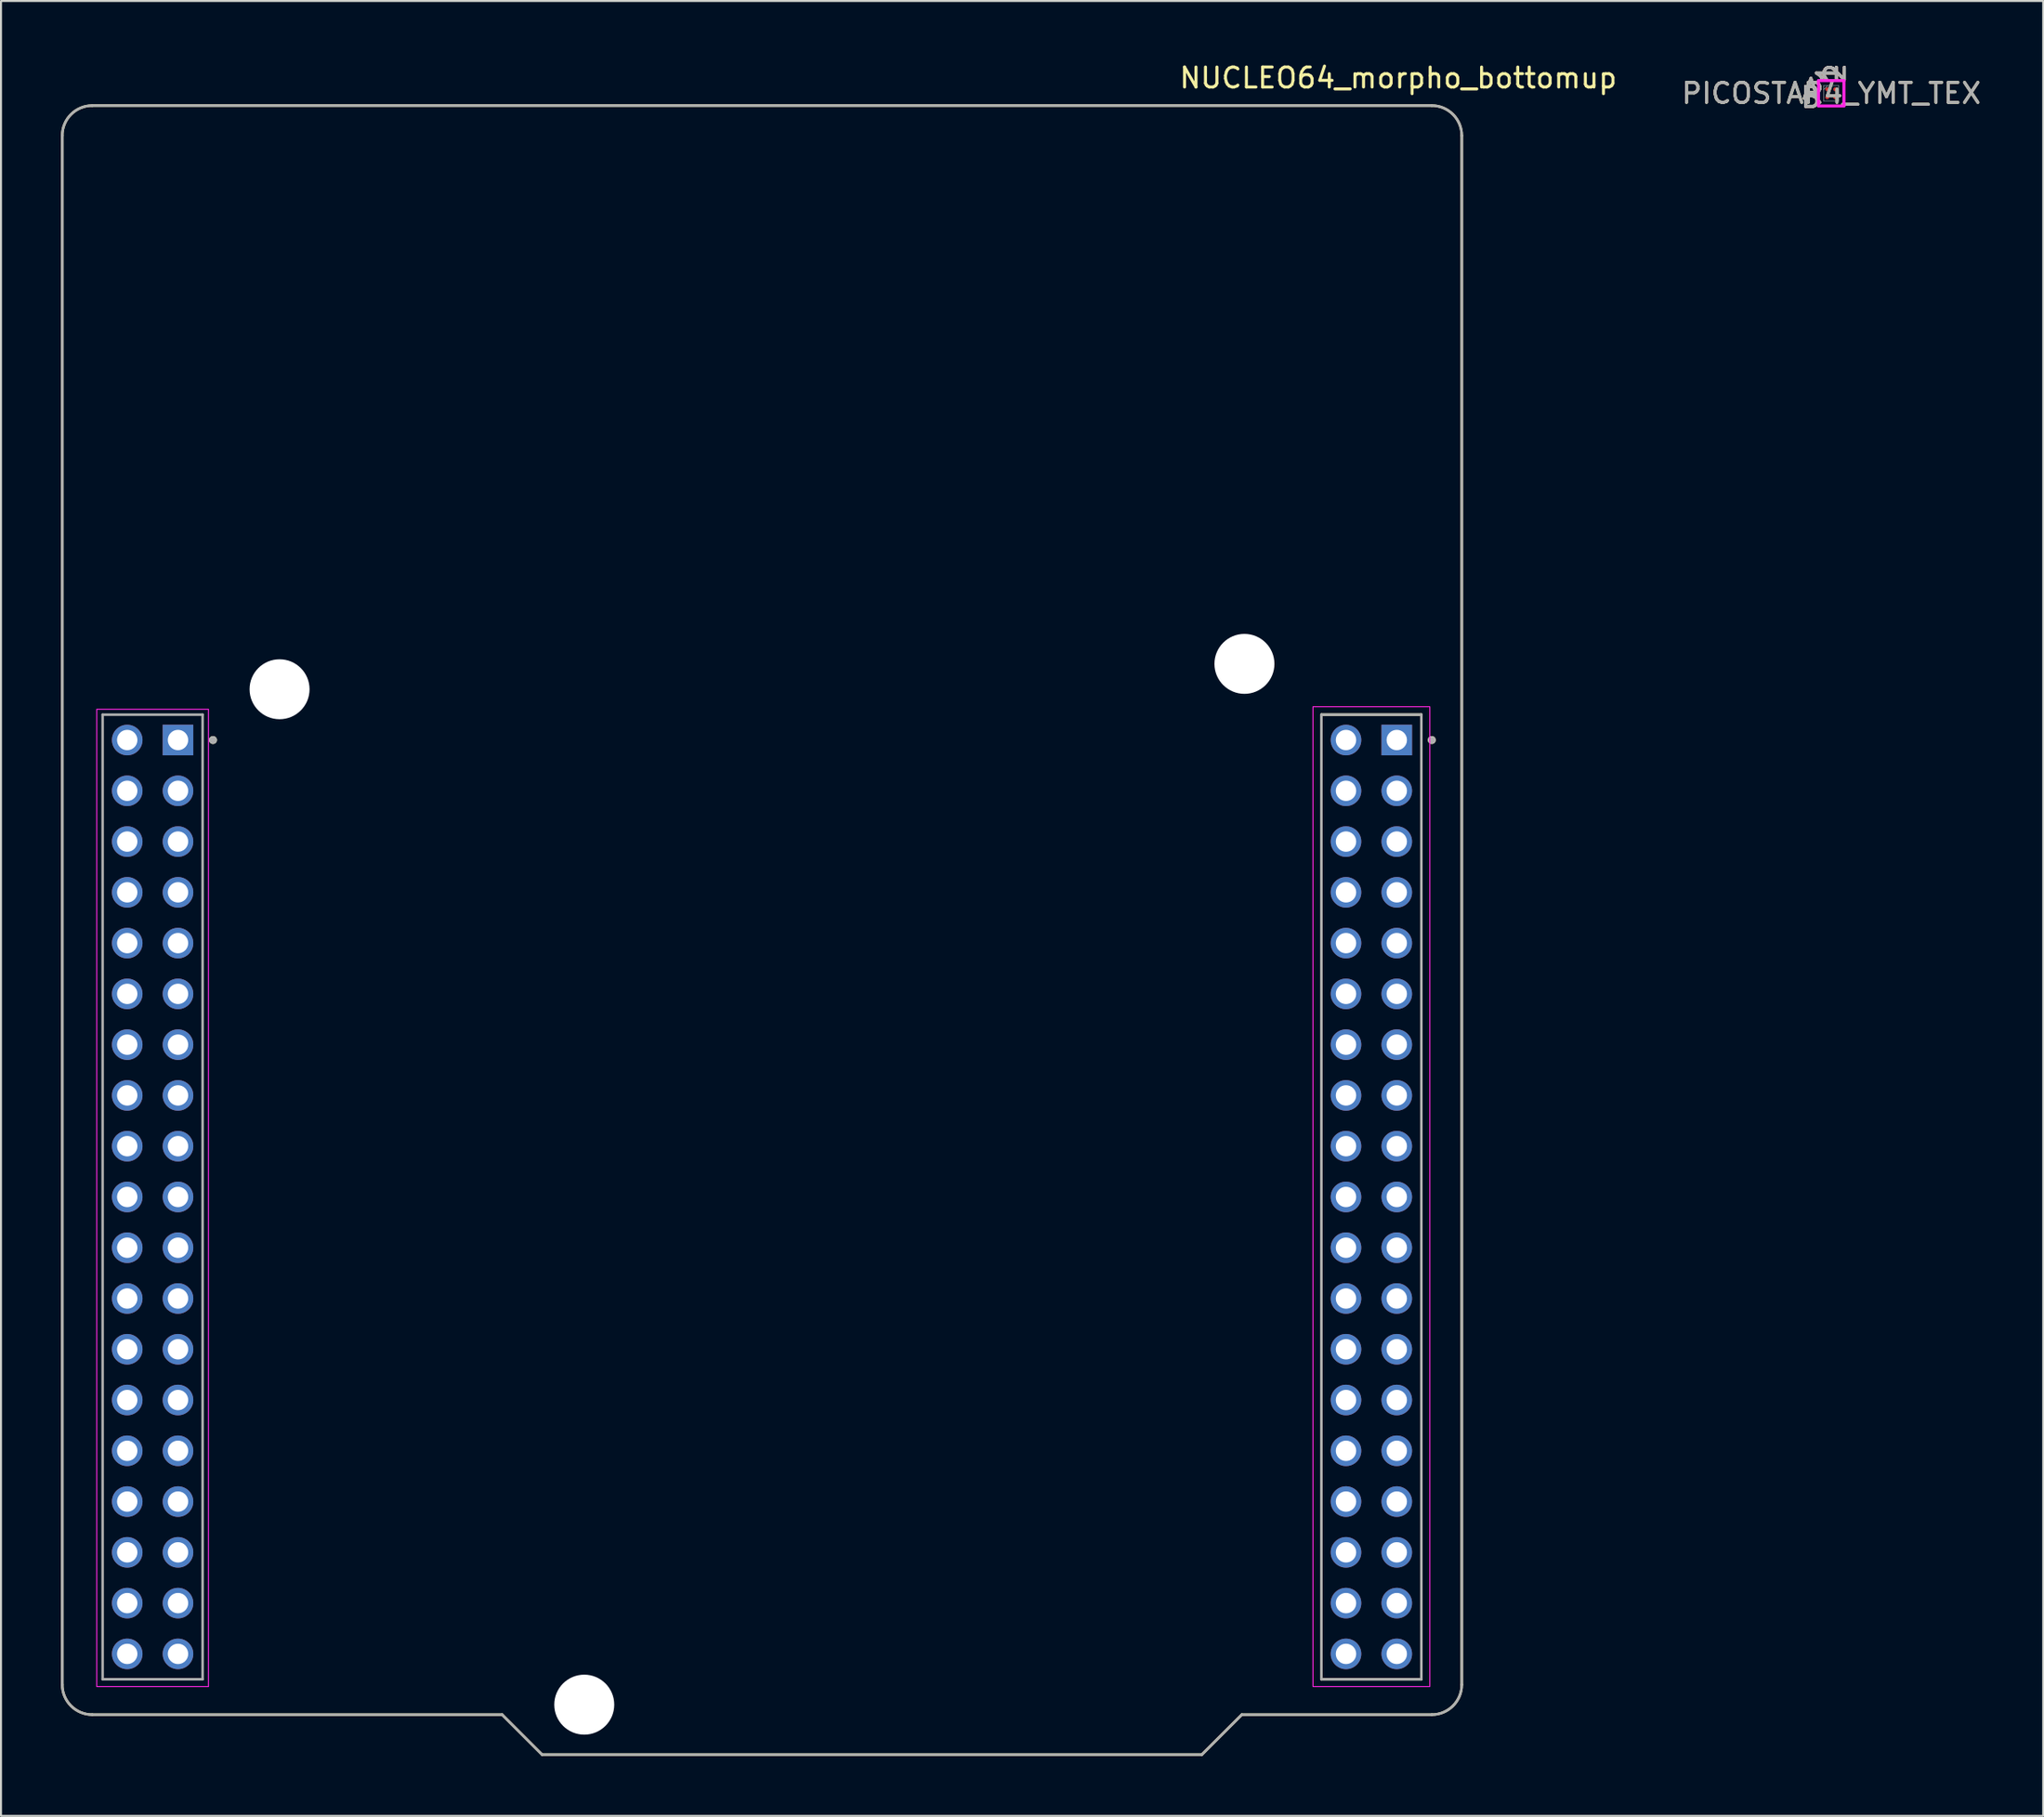
<source format=kicad_pcb>
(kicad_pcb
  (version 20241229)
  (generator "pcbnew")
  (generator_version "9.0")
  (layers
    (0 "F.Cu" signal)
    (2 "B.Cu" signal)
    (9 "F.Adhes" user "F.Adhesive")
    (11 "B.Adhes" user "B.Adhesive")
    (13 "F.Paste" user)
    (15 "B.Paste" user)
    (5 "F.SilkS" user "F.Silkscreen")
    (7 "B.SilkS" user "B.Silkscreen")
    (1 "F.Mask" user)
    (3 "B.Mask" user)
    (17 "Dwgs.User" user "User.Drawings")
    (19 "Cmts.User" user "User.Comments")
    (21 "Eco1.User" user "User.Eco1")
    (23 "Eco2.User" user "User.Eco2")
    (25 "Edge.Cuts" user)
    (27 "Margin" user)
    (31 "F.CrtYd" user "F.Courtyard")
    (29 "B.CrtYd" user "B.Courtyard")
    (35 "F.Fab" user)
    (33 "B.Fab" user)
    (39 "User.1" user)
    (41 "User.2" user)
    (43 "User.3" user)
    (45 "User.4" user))
  (footprint "NUCLEO64_morpho_bottomup"
    (layer "F.Cu")
    (at 35.825 43.483)
    (property "Reference" "NUCLEO64_morpho_bottomup" (at 31.063 -42.635 0) (layer "F.SilkS") (effects (font (size 1 1) (thickness 0.15))))
    (attr through_hole)
    (fp_line (start -35.762 -39.75) (end -35.762 37.75) (stroke (width 0.127) (type solid)) (layer "F.SilkS"))
    (fp_line (start -34.262 39.25) (end -13.762 39.25) (stroke (width 0.127) (type solid)) (layer "F.SilkS"))
    (fp_line (start -13.762 39.25) (end -11.762 41.25) (stroke (width 0.127) (type solid)) (layer "F.SilkS"))
    (fp_line (start -11.762 41.25) (end 21.238 41.25) (stroke (width 0.127) (type solid)) (layer "F.SilkS"))
    (fp_line (start 21.238 41.25) (end 23.238 39.25) (stroke (width 0.127) (type solid)) (layer "F.SilkS"))
    (fp_line (start 23.238 39.25) (end 32.738 39.25) (stroke (width 0.127) (type solid)) (layer "F.SilkS"))
    (fp_line (start 27.218 -10.78) (end 32.218 -10.78) (stroke (width 0.127) (type solid)) (layer "F.SilkS"))
    (fp_line (start 27.218 37.48) (end 27.218 -10.78) (stroke (width 0.127) (type solid)) (layer "F.SilkS"))
    (fp_line (start 32.218 -10.78) (end 32.218 37.48) (stroke (width 0.127) (type solid)) (layer "F.SilkS"))
    (fp_line (start 32.218 37.48) (end 27.218 37.48) (stroke (width 0.127) (type solid)) (layer "F.SilkS"))
    (fp_line (start 32.738 -41.25) (end -34.262 -41.25) (stroke (width 0.127) (type solid)) (layer "F.SilkS"))
    (fp_line (start 34.238 37.75) (end 34.238 -39.75) (stroke (width 0.127) (type solid)) (layer "F.SilkS"))
    (fp_arc (start -35.762 -39.75) (mid -35.32266 -40.81066) (end -34.262 -41.25) (stroke (width 0.127) (type solid)) (layer "F.SilkS"))
    (fp_arc (start -34.262 39.25) (mid -35.32266 38.81066) (end -35.762 37.75) (stroke (width 0.127) (type solid)) (layer "F.SilkS"))
    (fp_arc (start 32.738 -41.25) (mid 33.79866 -40.81066) (end 34.238 -39.75) (stroke (width 0.127) (type solid)) (layer "F.SilkS"))
    (fp_arc (start 34.238 37.75) (mid 33.79866 38.81066) (end 32.738 39.25) (stroke (width 0.127) (type solid)) (layer "F.SilkS"))
    (fp_circle (center -28.222 -9.51) (end -28.322 -9.51) (stroke (width 0.2) (type solid)) (fill no) (layer "F.SilkS"))
    (fp_circle (center 32.738 -9.51) (end 32.638 -9.51) (stroke (width 0.2) (type solid)) (fill no) (layer "F.SilkS"))
    (fp_rect (start -28.448 -11.049) (end -34.036 37.846) (stroke (width 0.05) (type default)) (fill no) (layer "F.CrtYd"))
    (fp_rect (start 32.639 -11.176) (end 26.797 37.846) (stroke (width 0.05) (type default)) (fill no) (layer "F.CrtYd"))
    (fp_line (start -35.762 -39.75) (end -35.762 37.75) (stroke (width 0.127) (type solid)) (layer "F.Fab"))
    (fp_line (start -34.262 39.25) (end -13.762 39.25) (stroke (width 0.127) (type solid)) (layer "F.Fab"))
    (fp_line (start -33.742 -10.78) (end -28.742 -10.78) (stroke (width 0.127) (type solid)) (layer "F.Fab"))
    (fp_line (start -33.742 37.48) (end -33.742 -10.78) (stroke (width 0.127) (type solid)) (layer "F.Fab"))
    (fp_line (start -28.742 -10.78) (end -28.742 37.48) (stroke (width 0.127) (type solid)) (layer "F.Fab"))
    (fp_line (start -28.742 37.48) (end -33.742 37.48) (stroke (width 0.127) (type solid)) (layer "F.Fab"))
    (fp_line (start -13.762 39.25) (end -11.762 41.25) (stroke (width 0.127) (type solid)) (layer "F.Fab"))
    (fp_line (start -11.762 41.25) (end 21.238 41.25) (stroke (width 0.127) (type solid)) (layer "F.Fab"))
    (fp_line (start 21.238 41.25) (end 23.238 39.25) (stroke (width 0.127) (type solid)) (layer "F.Fab"))
    (fp_line (start 23.238 39.25) (end 32.738 39.25) (stroke (width 0.127) (type solid)) (layer "F.Fab"))
    (fp_line (start 27.218 -10.78) (end 32.218 -10.78) (stroke (width 0.127) (type solid)) (layer "F.Fab"))
    (fp_line (start 27.218 37.48) (end 27.218 -10.78) (stroke (width 0.127) (type solid)) (layer "F.Fab"))
    (fp_line (start 32.218 -10.78) (end 32.218 37.48) (stroke (width 0.127) (type solid)) (layer "F.Fab"))
    (fp_line (start 32.218 37.48) (end 27.218 37.48) (stroke (width 0.127) (type solid)) (layer "F.Fab"))
    (fp_line (start 32.738 -41.25) (end -34.262 -41.25) (stroke (width 0.127) (type solid)) (layer "F.Fab"))
    (fp_line (start 34.238 37.75) (end 34.238 -39.75) (stroke (width 0.127) (type solid)) (layer "F.Fab"))
    (fp_arc (start -35.762 -39.75) (mid -35.32266 -40.81066) (end -34.262 -41.25) (stroke (width 0.127) (type solid)) (layer "F.Fab"))
    (fp_arc (start -34.262 39.25) (mid -35.32266 38.81066) (end -35.762 37.75) (stroke (width 0.127) (type solid)) (layer "F.Fab"))
    (fp_arc (start 32.738 -41.25) (mid 33.79866 -40.81066) (end 34.238 -39.75) (stroke (width 0.127) (type solid)) (layer "F.Fab"))
    (fp_arc (start 34.238 37.75) (mid 33.79866 38.81066) (end 32.738 39.25) (stroke (width 0.127) (type solid)) (layer "F.Fab"))
    (fp_circle (center -28.222 -9.51) (end -28.322 -9.51) (stroke (width 0.2) (type solid)) (fill no) (layer "F.Fab"))
    (fp_circle (center 32.738 -9.51) (end 32.638 -9.51) (stroke (width 0.2) (type solid)) (fill no) (layer "F.Fab"))
    (pad "" np_thru_hole circle (at -24.892 -12.05) (size 3 3) (drill 3) (layers "*.Cu" "*.Mask"))
    (pad "" np_thru_hole circle (at -9.652 38.75) (size 3 3) (drill 3) (layers "*.Cu" "*.Mask"))
    (pad "" np_thru_hole circle (at 23.368 -13.32) (size 3 3) (drill 3) (layers "*.Cu" "*.Mask"))
    (pad "CN7_1" thru_hole rect (at 30.988 -9.51) (size 1.53 1.53) (drill 1.02) (layers "*.Cu" "*.Mask"))
    (pad "CN7_2" thru_hole circle (at 28.448 -9.51) (size 1.53 1.53) (drill 1.02) (layers "*.Cu" "*.Mask"))
    (pad "CN7_3" thru_hole circle (at 30.988 -6.97) (size 1.53 1.53) (drill 1.02) (layers "*.Cu" "*.Mask"))
    (pad "CN7_4" thru_hole circle (at 28.448 -6.97) (size 1.53 1.53) (drill 1.02) (layers "*.Cu" "*.Mask"))
    (pad "CN7_5" thru_hole circle (at 30.988 -4.43) (size 1.53 1.53) (drill 1.02) (layers "*.Cu" "*.Mask"))
    (pad "CN7_6" thru_hole circle (at 28.448 -4.43) (size 1.53 1.53) (drill 1.02) (layers "*.Cu" "*.Mask"))
    (pad "CN7_7" thru_hole circle (at 30.988 -1.89) (size 1.53 1.53) (drill 1.02) (layers "*.Cu" "*.Mask"))
    (pad "CN7_8" thru_hole circle (at 28.448 -1.89) (size 1.53 1.53) (drill 1.02) (layers "*.Cu" "*.Mask"))
    (pad "CN7_9" thru_hole circle (at 30.988 0.65) (size 1.53 1.53) (drill 1.02) (layers "*.Cu" "*.Mask"))
    (pad "CN7_10" thru_hole circle (at 28.448 0.65) (size 1.53 1.53) (drill 1.02) (layers "*.Cu" "*.Mask"))
    (pad "CN7_11" thru_hole circle (at 30.988 3.19) (size 1.53 1.53) (drill 1.02) (layers "*.Cu" "*.Mask"))
    (pad "CN7_12" thru_hole circle (at 28.448 3.19) (size 1.53 1.53) (drill 1.02) (layers "*.Cu" "*.Mask"))
    (pad "CN7_13" thru_hole circle (at 30.988 5.73) (size 1.53 1.53) (drill 1.02) (layers "*.Cu" "*.Mask"))
    (pad "CN7_14" thru_hole circle (at 28.448 5.73) (size 1.53 1.53) (drill 1.02) (layers "*.Cu" "*.Mask"))
    (pad "CN7_15" thru_hole circle (at 30.988 8.27) (size 1.53 1.53) (drill 1.02) (layers "*.Cu" "*.Mask"))
    (pad "CN7_16" thru_hole circle (at 28.448 8.27) (size 1.53 1.53) (drill 1.02) (layers "*.Cu" "*.Mask"))
    (pad "CN7_17" thru_hole circle (at 30.988 10.81) (size 1.53 1.53) (drill 1.02) (layers "*.Cu" "*.Mask"))
    (pad "CN7_18" thru_hole circle (at 28.448 10.81) (size 1.53 1.53) (drill 1.02) (layers "*.Cu" "*.Mask"))
    (pad "CN7_19" thru_hole circle (at 30.988 13.35) (size 1.53 1.53) (drill 1.02) (layers "*.Cu" "*.Mask"))
    (pad "CN7_20" thru_hole circle (at 28.448 13.35) (size 1.53 1.53) (drill 1.02) (layers "*.Cu" "*.Mask"))
    (pad "CN7_21" thru_hole circle (at 30.988 15.89) (size 1.53 1.53) (drill 1.02) (layers "*.Cu" "*.Mask"))
    (pad "CN7_22" thru_hole circle (at 28.448 15.89) (size 1.53 1.53) (drill 1.02) (layers "*.Cu" "*.Mask"))
    (pad "CN7_23" thru_hole circle (at 30.988 18.43) (size 1.53 1.53) (drill 1.02) (layers "*.Cu" "*.Mask"))
    (pad "CN7_24" thru_hole circle (at 28.448 18.43) (size 1.53 1.53) (drill 1.02) (layers "*.Cu" "*.Mask"))
    (pad "CN7_25" thru_hole circle (at 30.988 20.97) (size 1.53 1.53) (drill 1.02) (layers "*.Cu" "*.Mask"))
    (pad "CN7_26" thru_hole circle (at 28.448 20.97) (size 1.53 1.53) (drill 1.02) (layers "*.Cu" "*.Mask"))
    (pad "CN7_27" thru_hole circle (at 30.988 23.51) (size 1.53 1.53) (drill 1.02) (layers "*.Cu" "*.Mask"))
    (pad "CN7_28" thru_hole circle (at 28.448 23.51) (size 1.53 1.53) (drill 1.02) (layers "*.Cu" "*.Mask"))
    (pad "CN7_29" thru_hole circle (at 30.988 26.05) (size 1.53 1.53) (drill 1.02) (layers "*.Cu" "*.Mask"))
    (pad "CN7_30" thru_hole circle (at 28.448 26.05) (size 1.53 1.53) (drill 1.02) (layers "*.Cu" "*.Mask"))
    (pad "CN7_31" thru_hole circle (at 30.988 28.59) (size 1.53 1.53) (drill 1.02) (layers "*.Cu" "*.Mask"))
    (pad "CN7_32" thru_hole circle (at 28.448 28.59) (size 1.53 1.53) (drill 1.02) (layers "*.Cu" "*.Mask"))
    (pad "CN7_33" thru_hole circle (at 30.988 31.13) (size 1.53 1.53) (drill 1.02) (layers "*.Cu" "*.Mask"))
    (pad "CN7_34" thru_hole circle (at 28.448 31.13) (size 1.53 1.53) (drill 1.02) (layers "*.Cu" "*.Mask"))
    (pad "CN7_35" thru_hole circle (at 30.988 33.67) (size 1.53 1.53) (drill 1.02) (layers "*.Cu" "*.Mask"))
    (pad "CN7_36" thru_hole circle (at 28.448 33.67) (size 1.53 1.53) (drill 1.02) (layers "*.Cu" "*.Mask"))
    (pad "CN7_37" thru_hole circle (at 30.988 36.21) (size 1.53 1.53) (drill 1.02) (layers "*.Cu" "*.Mask"))
    (pad "CN7_38" thru_hole circle (at 28.448 36.21) (size 1.53 1.53) (drill 1.02) (layers "*.Cu" "*.Mask"))
    (pad "CN10_1" thru_hole rect (at -29.972 -9.51) (size 1.53 1.53) (drill 1.02) (layers "*.Cu" "*.Mask"))
    (pad "CN10_2" thru_hole circle (at -32.512 -9.51) (size 1.53 1.53) (drill 1.02) (layers "*.Cu" "*.Mask"))
    (pad "CN10_3" thru_hole circle (at -29.972 -6.97) (size 1.53 1.53) (drill 1.02) (layers "*.Cu" "*.Mask"))
    (pad "CN10_4" thru_hole circle (at -32.512 -6.97) (size 1.53 1.53) (drill 1.02) (layers "*.Cu" "*.Mask"))
    (pad "CN10_5" thru_hole circle (at -29.972 -4.43) (size 1.53 1.53) (drill 1.02) (layers "*.Cu" "*.Mask"))
    (pad "CN10_6" thru_hole circle (at -32.512 -4.43) (size 1.53 1.53) (drill 1.02) (layers "*.Cu" "*.Mask"))
    (pad "CN10_7" thru_hole circle (at -29.972 -1.89) (size 1.53 1.53) (drill 1.02) (layers "*.Cu" "*.Mask"))
    (pad "CN10_8" thru_hole circle (at -32.512 -1.89) (size 1.53 1.53) (drill 1.02) (layers "*.Cu" "*.Mask"))
    (pad "CN10_9" thru_hole circle (at -29.972 0.65) (size 1.53 1.53) (drill 1.02) (layers "*.Cu" "*.Mask"))
    (pad "CN10_10" thru_hole circle (at -32.512 0.65) (size 1.53 1.53) (drill 1.02) (layers "*.Cu" "*.Mask"))
    (pad "CN10_11" thru_hole circle (at -29.972 3.19) (size 1.53 1.53) (drill 1.02) (layers "*.Cu" "*.Mask"))
    (pad "CN10_12" thru_hole circle (at -32.512 3.19) (size 1.53 1.53) (drill 1.02) (layers "*.Cu" "*.Mask"))
    (pad "CN10_13" thru_hole circle (at -29.972 5.73) (size 1.53 1.53) (drill 1.02) (layers "*.Cu" "*.Mask"))
    (pad "CN10_14" thru_hole circle (at -32.512 5.73) (size 1.53 1.53) (drill 1.02) (layers "*.Cu" "*.Mask"))
    (pad "CN10_15" thru_hole circle (at -29.972 8.27) (size 1.53 1.53) (drill 1.02) (layers "*.Cu" "*.Mask"))
    (pad "CN10_16" thru_hole circle (at -32.512 8.27) (size 1.53 1.53) (drill 1.02) (layers "*.Cu" "*.Mask"))
    (pad "CN10_17" thru_hole circle (at -29.972 10.81) (size 1.53 1.53) (drill 1.02) (layers "*.Cu" "*.Mask"))
    (pad "CN10_18" thru_hole circle (at -32.512 10.81) (size 1.53 1.53) (drill 1.02) (layers "*.Cu" "*.Mask"))
    (pad "CN10_19" thru_hole circle (at -29.972 13.35) (size 1.53 1.53) (drill 1.02) (layers "*.Cu" "*.Mask"))
    (pad "CN10_20" thru_hole circle (at -32.512 13.35) (size 1.53 1.53) (drill 1.02) (layers "*.Cu" "*.Mask"))
    (pad "CN10_21" thru_hole circle (at -29.972 15.89) (size 1.53 1.53) (drill 1.02) (layers "*.Cu" "*.Mask"))
    (pad "CN10_22" thru_hole circle (at -32.512 15.89) (size 1.53 1.53) (drill 1.02) (layers "*.Cu" "*.Mask"))
    (pad "CN10_23" thru_hole circle (at -29.972 18.43) (size 1.53 1.53) (drill 1.02) (layers "*.Cu" "*.Mask"))
    (pad "CN10_24" thru_hole circle (at -32.512 18.43) (size 1.53 1.53) (drill 1.02) (layers "*.Cu" "*.Mask"))
    (pad "CN10_25" thru_hole circle (at -29.972 20.97) (size 1.53 1.53) (drill 1.02) (layers "*.Cu" "*.Mask"))
    (pad "CN10_26" thru_hole circle (at -32.512 20.97) (size 1.53 1.53) (drill 1.02) (layers "*.Cu" "*.Mask"))
    (pad "CN10_27" thru_hole circle (at -29.972 23.51) (size 1.53 1.53) (drill 1.02) (layers "*.Cu" "*.Mask"))
    (pad "CN10_28" thru_hole circle (at -32.512 23.51) (size 1.53 1.53) (drill 1.02) (layers "*.Cu" "*.Mask"))
    (pad "CN10_29" thru_hole circle (at -29.972 26.05) (size 1.53 1.53) (drill 1.02) (layers "*.Cu" "*.Mask"))
    (pad "CN10_30" thru_hole circle (at -32.512 26.05) (size 1.53 1.53) (drill 1.02) (layers "*.Cu" "*.Mask"))
    (pad "CN10_31" thru_hole circle (at -29.972 28.59) (size 1.53 1.53) (drill 1.02) (layers "*.Cu" "*.Mask"))
    (pad "CN10_32" thru_hole circle (at -32.512 28.59) (size 1.53 1.53) (drill 1.02) (layers "*.Cu" "*.Mask"))
    (pad "CN10_33" thru_hole circle (at -29.972 31.13) (size 1.53 1.53) (drill 1.02) (layers "*.Cu" "*.Mask"))
    (pad "CN10_34" thru_hole circle (at -32.512 31.13) (size 1.53 1.53) (drill 1.02) (layers "*.Cu" "*.Mask"))
    (pad "CN10_35" thru_hole circle (at -29.972 33.67) (size 1.53 1.53) (drill 1.02) (layers "*.Cu" "*.Mask"))
    (pad "CN10_36" thru_hole circle (at -32.512 33.67) (size 1.53 1.53) (drill 1.02) (layers "*.Cu" "*.Mask"))
    (pad "CN10_37" thru_hole circle (at -29.972 36.21) (size 1.53 1.53) (drill 1.02) (layers "*.Cu" "*.Mask"))
    (pad "CN10_38" thru_hole circle (at -32.512 36.21) (size 1.53 1.53) (drill 1.02) (layers "*.Cu" "*.Mask")))
  (footprint "PICOSTAR4_YMT_TEX"
    (layer "F.Cu")
    (at 88.543 1.617)
    (property "Reference" "PICOSTAR4_YMT_TEX" (at 0 0 0) (unlocked yes) (layer "F.SilkS") (effects (font (size 1 1) (thickness 0.15))))
    (attr smd)
    (fp_line (start -0.635 -0.635) (end 0.635 -0.635) (stroke (width 0.152) (type solid)) (layer "F.CrtYd"))
    (fp_line (start -0.635 0.635) (end -0.635 -0.635) (stroke (width 0.152) (type solid)) (layer "F.CrtYd"))
    (fp_line (start 0.635 -0.635) (end 0.635 0.635) (stroke (width 0.152) (type solid)) (layer "F.CrtYd"))
    (fp_line (start 0.635 0.635) (end -0.635 0.635) (stroke (width 0.152) (type solid)) (layer "F.CrtYd"))
    (fp_line (start -0.381 -0.381) (end -0.381 0.381) (stroke (width 0.025) (type solid)) (layer "F.Fab"))
    (fp_line (start -0.381 0.381) (end 0.381 0.381) (stroke (width 0.025) (type solid)) (layer "F.Fab"))
    (fp_line (start -0.181 -0.381) (end -0.381 -0.181) (stroke (width 0.025) (type solid)) (layer "F.Fab"))
    (fp_line (start 0.381 -0.381) (end -0.381 -0.381) (stroke (width 0.025) (type solid)) (layer "F.Fab"))
    (fp_line (start 0.381 0.381) (end 0.381 -0.381) (stroke (width 0.025) (type solid)) (layer "F.Fab"))
    (fp_text user "B" (at -1.016 0.2 0) (unlocked yes) (layer "F.SilkS") (effects (font (size 1 1) (thickness 0.15))))
    (fp_text user "1" (at -0.2 -1.016 90) (unlocked yes) (layer "F.SilkS") (effects (font (size 1 1) (thickness 0.15))))
    (fp_text user "A" (at -1.016 -0.2 0) (unlocked yes) (layer "F.SilkS") (effects (font (size 1 1) (thickness 0.15))))
    (fp_text user "2" (at 0.2 -1.016 90) (unlocked yes) (layer "F.SilkS") (effects (font (size 1 1) (thickness 0.15))))
    (fp_text user "1" (at -0.2 -1.016 90) (unlocked yes) (layer "B.SilkS") (effects (font (size 1 1) (thickness 0.15))))
    (fp_text user "B" (at -1.016 0.2 0) (unlocked yes) (layer "B.SilkS") (effects (font (size 1 1) (thickness 0.15))))
    (fp_text user "2" (at 0.2 -1.016 90) (unlocked yes) (layer "B.SilkS") (effects (font (size 1 1) (thickness 0.15))))
    (fp_text user "A" (at -1.016 -0.2 0) (unlocked yes) (layer "B.SilkS") (effects (font (size 1 1) (thickness 0.15))))
    (fp_text user "B" (at -1.016 0.2 0) (unlocked yes) (layer "F.Fab") (effects (font (size 1 1) (thickness 0.15))))
    (fp_text user "1" (at -0.2 -1.016 90) (unlocked yes) (layer "F.Fab") (effects (font (size 1 1) (thickness 0.15))))
    (fp_text user "A" (at -1.016 -0.2 0) (unlocked yes) (layer "F.Fab") (effects (font (size 1 1) (thickness 0.15))))
    (fp_text user "2" (at 0.2 -1.016 90) (unlocked yes) (layer "F.Fab") (effects (font (size 1 1) (thickness 0.15))))
    (fp_text user "${REFERENCE}" (at 0 0 0) (unlocked yes) (layer "F.Fab") (effects (font (size 1 1) (thickness 0.15))))
    (pad "A1" smd circle (at -0.2 -0.2) (size 0.203 0.203) (layers "F.Cu" "F.Mask" "F.Paste"))
    (pad "A2" smd circle (at 0.2 -0.2) (size 0.203 0.203) (layers "F.Cu" "F.Mask" "F.Paste"))
    (pad "B1" smd circle (at -0.2 0.2) (size 0.203 0.203) (layers "F.Cu" "F.Mask" "F.Paste"))
    (pad "B2" smd circle (at 0.2 0.2) (size 0.203 0.203) (layers "F.Cu" "F.Mask" "F.Paste")))
  (gr_rect
    (start -3 -3)
    (end 99.144 87.797)
    (stroke (width 0.1) (type default))
    (fill no)
    (layer "Edge.Cuts")))
</source>
